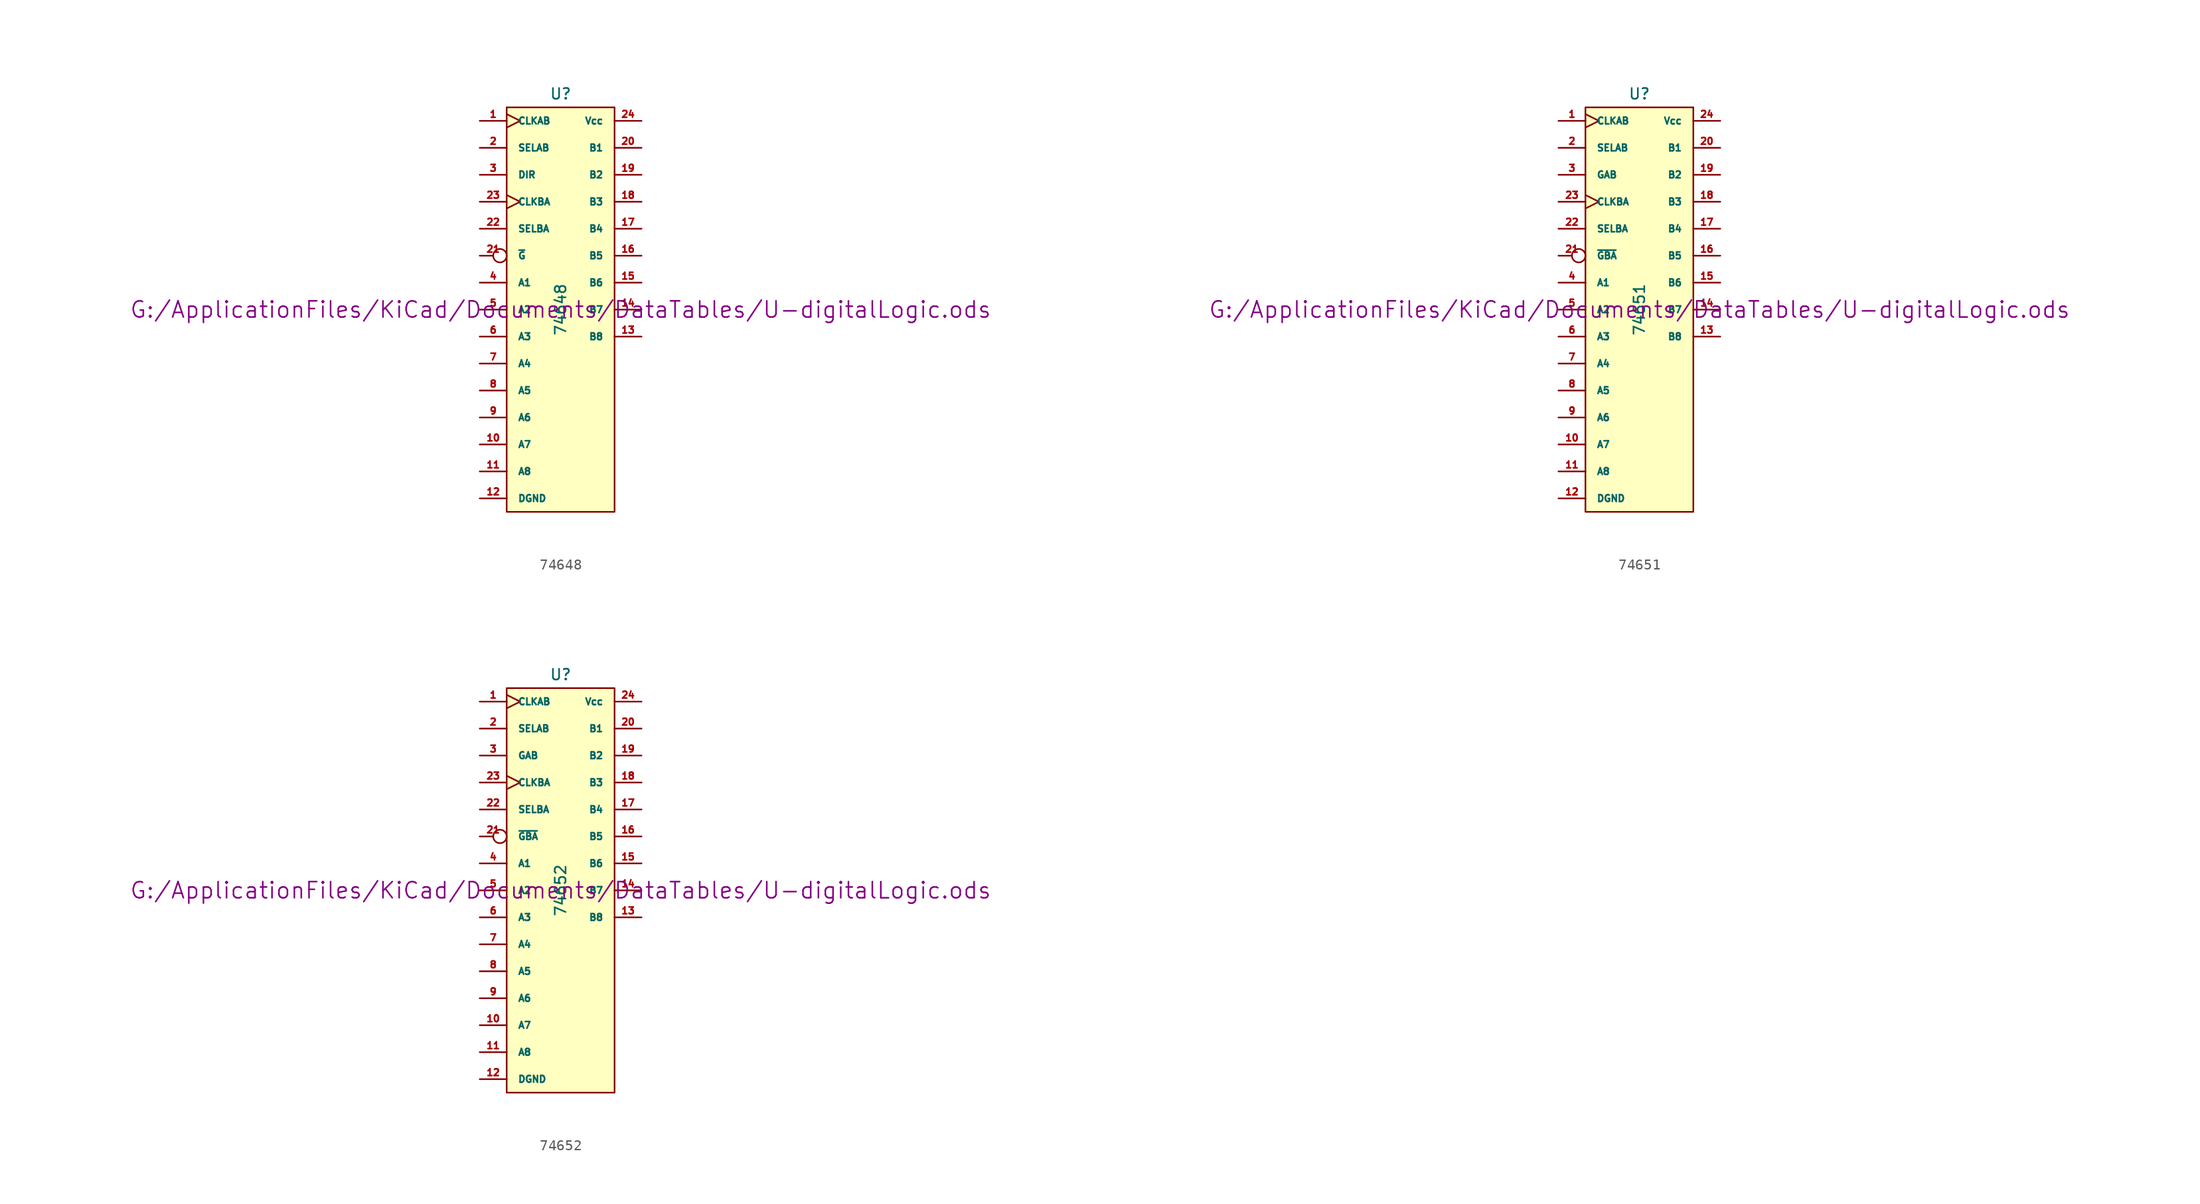
<source format=kicad_sym>
(kicad_symbol_lib
  (version 20211014)
  (generator kicad_symbol_editor)
  (symbol "74648"
    (pin_names
      (offset 1.016))
    (property "Reference" "U"
      (at 0 20.32 0)
      (effects (font (size 1.016 1.016))))
    (property "Value" "74648"
      (at 0 0 90)
      (effects (font (size 1.016 1.016))))
    (property "Footprint" ""
      (at 0 0 0)
      (effects (font (size 1.524 1.524))))
    (property "Datasheet" "G:/ApplicationFiles/KiCad/Documents/DataTables/U-digitalLogic.ods"
      (at 0 0 0)
      (effects (font (size 1.524 1.524))))
    (symbol "74648_0_1"
      (rectangle (start -5.08 19.05) (end 5.08 -19.05) (stroke (width 0) (type default) (color 0 0 0 0)) (fill (type background))))
    (symbol "74648_1_1"
      (pin input clock (at -7.62 17.78 0) (length 2.54) (name "CLKAB" (effects (font (size 0.635 0.635)))) (number "1" (effects (font (size 0.635 0.635)))))
      (pin tri_state line (at -7.62 -12.7 0) (length 2.54) (name "A7" (effects (font (size 0.635 0.635)))) (number "10" (effects (font (size 0.635 0.635)))))
      (pin tri_state line (at -7.62 -15.24 0) (length 2.54) (name "A8" (effects (font (size 0.635 0.635)))) (number "11" (effects (font (size 0.635 0.635)))))
      (pin power_in line (at -7.62 -17.78 0) (length 2.54) (name "DGND" (effects (font (size 0.635 0.635)))) (number "12" (effects (font (size 0.635 0.635)))))
      (pin tri_state line (at 7.62 -2.54 180) (length 2.54) (name "B8" (effects (font (size 0.635 0.635)))) (number "13" (effects (font (size 0.635 0.635)))))
      (pin tri_state line (at 7.62 0 180) (length 2.54) (name "B7" (effects (font (size 0.635 0.635)))) (number "14" (effects (font (size 0.635 0.635)))))
      (pin tri_state line (at 7.62 2.54 180) (length 2.54) (name "B6" (effects (font (size 0.635 0.635)))) (number "15" (effects (font (size 0.635 0.635)))))
      (pin tri_state line (at 7.62 5.08 180) (length 2.54) (name "B5" (effects (font (size 0.635 0.635)))) (number "16" (effects (font (size 0.635 0.635)))))
      (pin tri_state line (at 7.62 7.62 180) (length 2.54) (name "B4" (effects (font (size 0.635 0.635)))) (number "17" (effects (font (size 0.635 0.635)))))
      (pin tri_state line (at 7.62 10.16 180) (length 2.54) (name "B3" (effects (font (size 0.635 0.635)))) (number "18" (effects (font (size 0.635 0.635)))))
      (pin tri_state line (at 7.62 12.7 180) (length 2.54) (name "B2" (effects (font (size 0.635 0.635)))) (number "19" (effects (font (size 0.635 0.635)))))
      (pin input line (at -7.62 15.24 0) (length 2.54) (name "SELAB" (effects (font (size 0.635 0.635)))) (number "2" (effects (font (size 0.635 0.635)))))
      (pin tri_state line (at 7.62 15.24 180) (length 2.54) (name "B1" (effects (font (size 0.635 0.635)))) (number "20" (effects (font (size 0.635 0.635)))))
      (pin input inverted (at -7.62 5.08 0) (length 2.54) (name "~{G}" (effects (font (size 0.635 0.635)))) (number "21" (effects (font (size 0.635 0.635)))))
      (pin input line (at -7.62 7.62 0) (length 2.54) (name "SELBA" (effects (font (size 0.635 0.635)))) (number "22" (effects (font (size 0.635 0.635)))))
      (pin input clock (at -7.62 10.16 0) (length 2.54) (name "CLKBA" (effects (font (size 0.635 0.635)))) (number "23" (effects (font (size 0.635 0.635)))))
      (pin power_in line (at 7.62 17.78 180) (length 2.54) (name "Vcc" (effects (font (size 0.635 0.635)))) (number "24" (effects (font (size 0.635 0.635)))))
      (pin input line (at -7.62 12.7 0) (length 2.54) (name "DIR" (effects (font (size 0.635 0.635)))) (number "3" (effects (font (size 0.635 0.635)))))
      (pin tri_state line (at -7.62 2.54 0) (length 2.54) (name "A1" (effects (font (size 0.635 0.635)))) (number "4" (effects (font (size 0.635 0.635)))))
      (pin tri_state line (at -7.62 0 0) (length 2.54) (name "A2" (effects (font (size 0.635 0.635)))) (number "5" (effects (font (size 0.635 0.635)))))
      (pin tri_state line (at -7.62 -2.54 0) (length 2.54) (name "A3" (effects (font (size 0.635 0.635)))) (number "6" (effects (font (size 0.635 0.635)))))
      (pin tri_state line (at -7.62 -5.08 0) (length 2.54) (name "A4" (effects (font (size 0.635 0.635)))) (number "7" (effects (font (size 0.635 0.635)))))
      (pin tri_state line (at -7.62 -7.62 0) (length 2.54) (name "A5" (effects (font (size 0.635 0.635)))) (number "8" (effects (font (size 0.635 0.635)))))
      (pin tri_state line (at -7.62 -10.16 0) (length 2.54) (name "A6" (effects (font (size 0.635 0.635)))) (number "9" (effects (font (size 0.635 0.635)))))))
  (symbol "74651"
    (pin_names
      (offset 1.016))
    (property "Reference" "U"
      (at 0 20.32 0)
      (effects (font (size 1.016 1.016))))
    (property "Value" "74651"
      (at 0 0 90)
      (effects (font (size 1.016 1.016))))
    (property "Footprint" ""
      (at 0 0 0)
      (effects (font (size 1.524 1.524))))
    (property "Datasheet" "G:/ApplicationFiles/KiCad/Documents/DataTables/U-digitalLogic.ods"
      (at 0 0 0)
      (effects (font (size 1.524 1.524))))
    (symbol "74651_0_1"
      (rectangle (start -5.08 19.05) (end 5.08 -19.05) (stroke (width 0) (type default) (color 0 0 0 0)) (fill (type background))))
    (symbol "74651_1_1"
      (pin input clock (at -7.62 17.78 0) (length 2.54) (name "CLKAB" (effects (font (size 0.635 0.635)))) (number "1" (effects (font (size 0.635 0.635)))))
      (pin tri_state line (at -7.62 -12.7 0) (length 2.54) (name "A7" (effects (font (size 0.635 0.635)))) (number "10" (effects (font (size 0.635 0.635)))))
      (pin tri_state line (at -7.62 -15.24 0) (length 2.54) (name "A8" (effects (font (size 0.635 0.635)))) (number "11" (effects (font (size 0.635 0.635)))))
      (pin power_in line (at -7.62 -17.78 0) (length 2.54) (name "DGND" (effects (font (size 0.635 0.635)))) (number "12" (effects (font (size 0.635 0.635)))))
      (pin tri_state line (at 7.62 -2.54 180) (length 2.54) (name "B8" (effects (font (size 0.635 0.635)))) (number "13" (effects (font (size 0.635 0.635)))))
      (pin tri_state line (at 7.62 0 180) (length 2.54) (name "B7" (effects (font (size 0.635 0.635)))) (number "14" (effects (font (size 0.635 0.635)))))
      (pin tri_state line (at 7.62 2.54 180) (length 2.54) (name "B6" (effects (font (size 0.635 0.635)))) (number "15" (effects (font (size 0.635 0.635)))))
      (pin tri_state line (at 7.62 5.08 180) (length 2.54) (name "B5" (effects (font (size 0.635 0.635)))) (number "16" (effects (font (size 0.635 0.635)))))
      (pin tri_state line (at 7.62 7.62 180) (length 2.54) (name "B4" (effects (font (size 0.635 0.635)))) (number "17" (effects (font (size 0.635 0.635)))))
      (pin tri_state line (at 7.62 10.16 180) (length 2.54) (name "B3" (effects (font (size 0.635 0.635)))) (number "18" (effects (font (size 0.635 0.635)))))
      (pin tri_state line (at 7.62 12.7 180) (length 2.54) (name "B2" (effects (font (size 0.635 0.635)))) (number "19" (effects (font (size 0.635 0.635)))))
      (pin input line (at -7.62 15.24 0) (length 2.54) (name "SELAB" (effects (font (size 0.635 0.635)))) (number "2" (effects (font (size 0.635 0.635)))))
      (pin tri_state line (at 7.62 15.24 180) (length 2.54) (name "B1" (effects (font (size 0.635 0.635)))) (number "20" (effects (font (size 0.635 0.635)))))
      (pin input inverted (at -7.62 5.08 0) (length 2.54) (name "~{GBA}" (effects (font (size 0.635 0.635)))) (number "21" (effects (font (size 0.635 0.635)))))
      (pin input line (at -7.62 7.62 0) (length 2.54) (name "SELBA" (effects (font (size 0.635 0.635)))) (number "22" (effects (font (size 0.635 0.635)))))
      (pin input clock (at -7.62 10.16 0) (length 2.54) (name "CLKBA" (effects (font (size 0.635 0.635)))) (number "23" (effects (font (size 0.635 0.635)))))
      (pin power_in line (at 7.62 17.78 180) (length 2.54) (name "Vcc" (effects (font (size 0.635 0.635)))) (number "24" (effects (font (size 0.635 0.635)))))
      (pin input line (at -7.62 12.7 0) (length 2.54) (name "GAB" (effects (font (size 0.635 0.635)))) (number "3" (effects (font (size 0.635 0.635)))))
      (pin tri_state line (at -7.62 2.54 0) (length 2.54) (name "A1" (effects (font (size 0.635 0.635)))) (number "4" (effects (font (size 0.635 0.635)))))
      (pin tri_state line (at -7.62 0 0) (length 2.54) (name "A2" (effects (font (size 0.635 0.635)))) (number "5" (effects (font (size 0.635 0.635)))))
      (pin tri_state line (at -7.62 -2.54 0) (length 2.54) (name "A3" (effects (font (size 0.635 0.635)))) (number "6" (effects (font (size 0.635 0.635)))))
      (pin tri_state line (at -7.62 -5.08 0) (length 2.54) (name "A4" (effects (font (size 0.635 0.635)))) (number "7" (effects (font (size 0.635 0.635)))))
      (pin tri_state line (at -7.62 -7.62 0) (length 2.54) (name "A5" (effects (font (size 0.635 0.635)))) (number "8" (effects (font (size 0.635 0.635)))))
      (pin tri_state line (at -7.62 -10.16 0) (length 2.54) (name "A6" (effects (font (size 0.635 0.635)))) (number "9" (effects (font (size 0.635 0.635)))))))
  (symbol "74652"
    (pin_names
      (offset 1.016))
    (property "Reference" "U"
      (at 0 20.32 0)
      (effects (font (size 1.016 1.016))))
    (property "Value" "74652"
      (at 0 0 90)
      (effects (font (size 1.016 1.016))))
    (property "Footprint" ""
      (at 0 0 0)
      (effects (font (size 1.524 1.524))))
    (property "Datasheet" "G:/ApplicationFiles/KiCad/Documents/DataTables/U-digitalLogic.ods"
      (at 0 0 0)
      (effects (font (size 1.524 1.524))))
    (symbol "74652_0_1"
      (rectangle (start -5.08 19.05) (end 5.08 -19.05) (stroke (width 0) (type default) (color 0 0 0 0)) (fill (type background))))
    (symbol "74652_1_1"
      (pin input clock (at -7.62 17.78 0) (length 2.54) (name "CLKAB" (effects (font (size 0.635 0.635)))) (number "1" (effects (font (size 0.635 0.635)))))
      (pin tri_state line (at -7.62 -12.7 0) (length 2.54) (name "A7" (effects (font (size 0.635 0.635)))) (number "10" (effects (font (size 0.635 0.635)))))
      (pin tri_state line (at -7.62 -15.24 0) (length 2.54) (name "A8" (effects (font (size 0.635 0.635)))) (number "11" (effects (font (size 0.635 0.635)))))
      (pin power_in line (at -7.62 -17.78 0) (length 2.54) (name "DGND" (effects (font (size 0.635 0.635)))) (number "12" (effects (font (size 0.635 0.635)))))
      (pin tri_state line (at 7.62 -2.54 180) (length 2.54) (name "B8" (effects (font (size 0.635 0.635)))) (number "13" (effects (font (size 0.635 0.635)))))
      (pin tri_state line (at 7.62 0 180) (length 2.54) (name "B7" (effects (font (size 0.635 0.635)))) (number "14" (effects (font (size 0.635 0.635)))))
      (pin tri_state line (at 7.62 2.54 180) (length 2.54) (name "B6" (effects (font (size 0.635 0.635)))) (number "15" (effects (font (size 0.635 0.635)))))
      (pin tri_state line (at 7.62 5.08 180) (length 2.54) (name "B5" (effects (font (size 0.635 0.635)))) (number "16" (effects (font (size 0.635 0.635)))))
      (pin tri_state line (at 7.62 7.62 180) (length 2.54) (name "B4" (effects (font (size 0.635 0.635)))) (number "17" (effects (font (size 0.635 0.635)))))
      (pin tri_state line (at 7.62 10.16 180) (length 2.54) (name "B3" (effects (font (size 0.635 0.635)))) (number "18" (effects (font (size 0.635 0.635)))))
      (pin tri_state line (at 7.62 12.7 180) (length 2.54) (name "B2" (effects (font (size 0.635 0.635)))) (number "19" (effects (font (size 0.635 0.635)))))
      (pin input line (at -7.62 15.24 0) (length 2.54) (name "SELAB" (effects (font (size 0.635 0.635)))) (number "2" (effects (font (size 0.635 0.635)))))
      (pin tri_state line (at 7.62 15.24 180) (length 2.54) (name "B1" (effects (font (size 0.635 0.635)))) (number "20" (effects (font (size 0.635 0.635)))))
      (pin input inverted (at -7.62 5.08 0) (length 2.54) (name "~{GBA}" (effects (font (size 0.635 0.635)))) (number "21" (effects (font (size 0.635 0.635)))))
      (pin input line (at -7.62 7.62 0) (length 2.54) (name "SELBA" (effects (font (size 0.635 0.635)))) (number "22" (effects (font (size 0.635 0.635)))))
      (pin input clock (at -7.62 10.16 0) (length 2.54) (name "CLKBA" (effects (font (size 0.635 0.635)))) (number "23" (effects (font (size 0.635 0.635)))))
      (pin power_in line (at 7.62 17.78 180) (length 2.54) (name "Vcc" (effects (font (size 0.635 0.635)))) (number "24" (effects (font (size 0.635 0.635)))))
      (pin input line (at -7.62 12.7 0) (length 2.54) (name "GAB" (effects (font (size 0.635 0.635)))) (number "3" (effects (font (size 0.635 0.635)))))
      (pin tri_state line (at -7.62 2.54 0) (length 2.54) (name "A1" (effects (font (size 0.635 0.635)))) (number "4" (effects (font (size 0.635 0.635)))))
      (pin tri_state line (at -7.62 0 0) (length 2.54) (name "A2" (effects (font (size 0.635 0.635)))) (number "5" (effects (font (size 0.635 0.635)))))
      (pin tri_state line (at -7.62 -2.54 0) (length 2.54) (name "A3" (effects (font (size 0.635 0.635)))) (number "6" (effects (font (size 0.635 0.635)))))
      (pin tri_state line (at -7.62 -5.08 0) (length 2.54) (name "A4" (effects (font (size 0.635 0.635)))) (number "7" (effects (font (size 0.635 0.635)))))
      (pin tri_state line (at -7.62 -7.62 0) (length 2.54) (name "A5" (effects (font (size 0.635 0.635)))) (number "8" (effects (font (size 0.635 0.635)))))
      (pin tri_state line (at -7.62 -10.16 0) (length 2.54) (name "A6" (effects (font (size 0.635 0.635)))) (number "9" (effects (font (size 0.635 0.635))))))))
</source>
